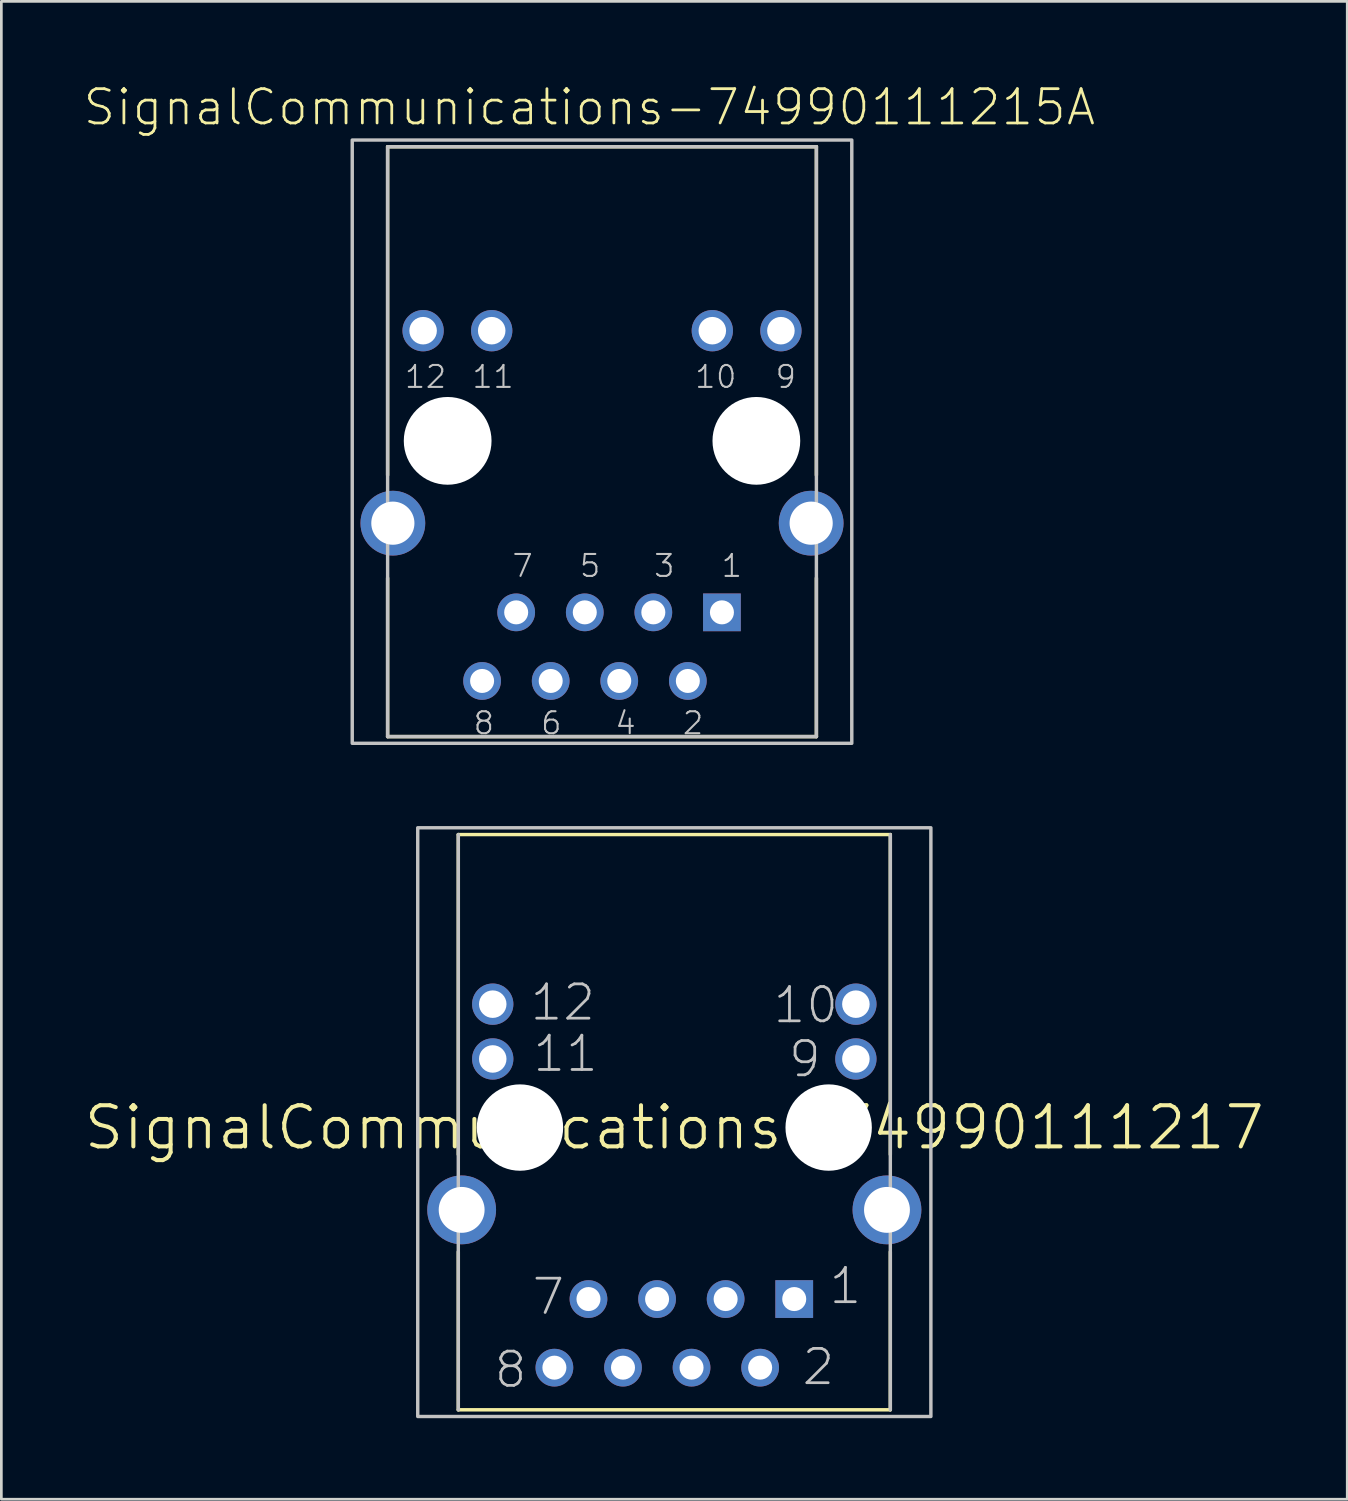
<source format=kicad_pcb>
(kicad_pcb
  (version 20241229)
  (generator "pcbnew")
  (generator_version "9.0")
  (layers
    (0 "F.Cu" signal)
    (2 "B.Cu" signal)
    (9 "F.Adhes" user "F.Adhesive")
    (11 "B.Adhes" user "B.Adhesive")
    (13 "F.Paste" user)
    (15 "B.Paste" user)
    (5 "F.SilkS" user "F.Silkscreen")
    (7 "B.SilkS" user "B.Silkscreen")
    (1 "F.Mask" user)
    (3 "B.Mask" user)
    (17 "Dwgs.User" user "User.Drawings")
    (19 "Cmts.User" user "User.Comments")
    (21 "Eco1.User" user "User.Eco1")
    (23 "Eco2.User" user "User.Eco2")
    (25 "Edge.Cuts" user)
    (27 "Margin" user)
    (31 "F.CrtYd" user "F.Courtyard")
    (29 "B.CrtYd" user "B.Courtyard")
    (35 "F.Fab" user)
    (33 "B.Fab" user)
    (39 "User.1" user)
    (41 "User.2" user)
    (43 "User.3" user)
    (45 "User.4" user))
  (footprint "SignalCommunications-74990111217"
    (layer "F.Cu")
    (at 21.917 38.699)
    (property "Reference" "SignalCommunications-74990111217" (at 0 0 0) (layer "F.SilkS") (effects (font (size 1.524 1.524) (thickness 0.15))))
    (attr exclude_from_pos_files exclude_from_bom)
    (fp_line (start -7.998 -10.848) (end 7.998 -10.848) (stroke (width 0.127) (type solid)) (layer "F.SilkS"))
    (fp_line (start -7.998 0.998) (end -7.998 -10.848) (stroke (width 0.127) (type solid)) (layer "F.SilkS"))
    (fp_line (start -7.998 4.6) (end -7.998 10.45) (stroke (width 0.127) (type solid)) (layer "F.SilkS"))
    (fp_line (start 7.998 0.998) (end 7.998 -10.848) (stroke (width 0.127) (type solid)) (layer "F.SilkS"))
    (fp_line (start 7.998 4.6) (end 7.998 10.45) (stroke (width 0.127) (type solid)) (layer "F.SilkS"))
    (fp_line (start 7.998 10.45) (end -7.998 10.45) (stroke (width 0.127) (type solid)) (layer "F.SilkS"))
    (fp_line (start -7.998 10.45) (end -7.998 -10.848) (stroke (width 0.127) (type solid)) (layer "Dwgs.User"))
    (fp_line (start 7.998 -10.848) (end 7.998 10.45) (stroke (width 0.127) (type solid)) (layer "Dwgs.User"))
    (fp_poly (pts (xy -9.5 -11.1) (xy 9.5 -11.1) (xy 9.5 10.698) (xy -9.5 10.698) (xy -9.5 -11.1)) (stroke (width 0.127) (type solid)) (fill no) (layer "Dwgs.User"))
    (fp_text user "12" (at -4.128 -4.633 0) (layer "Dwgs.User") (effects (font (size 1.27 1.27) (thickness 0.102))))
    (fp_text user "8" (at -6.063 8.964 0) (layer "Dwgs.User") (effects (font (size 1.27 1.27) (thickness 0.102))))
    (fp_text user "11" (at -4.028 -2.733 0) (layer "Dwgs.User") (effects (font (size 1.27 1.27) (thickness 0.102))))
    (fp_text user "7" (at -4.663 6.264 0) (layer "Dwgs.User") (effects (font (size 1.27 1.27) (thickness 0.102))))
    (fp_text user "10" (at 4.869 -4.534 0) (layer "Dwgs.User") (effects (font (size 1.27 1.27) (thickness 0.102))))
    (fp_text user "9" (at 4.834 -2.535 0) (layer "Dwgs.User") (effects (font (size 1.27 1.27) (thickness 0.102))))
    (fp_text user "1" (at 6.335 5.865 0) (layer "Dwgs.User") (effects (font (size 1.27 1.27) (thickness 0.102))))
    (fp_text user "2" (at 5.334 8.865 0) (layer "Dwgs.User") (effects (font (size 1.27 1.27) (thickness 0.102))))
    (pad "" np_thru_hole circle (at -5.715 0) (size 3.198 3.198) (drill 3.198) (layers "*.Cu" "*.Mask"))
    (pad "" np_thru_hole circle (at 5.715 0) (size 3.198 3.198) (drill 3.198) (layers "*.Cu" "*.Mask"))
    (pad "1" thru_hole rect (at 4.44 6.35) (size 1.397 1.397) (drill 0.889) (layers "*.Cu" "*.Paste" "*.Mask"))
    (pad "2" thru_hole circle (at 3.178 8.89) (size 1.397 1.397) (drill 0.889) (layers "*.Cu" "*.Paste" "*.Mask"))
    (pad "3" thru_hole circle (at 1.9 6.35) (size 1.397 1.397) (drill 0.889) (layers "*.Cu" "*.Paste" "*.Mask"))
    (pad "4" thru_hole circle (at 0.638 8.89) (size 1.397 1.397) (drill 0.889) (layers "*.Cu" "*.Paste" "*.Mask"))
    (pad "5" thru_hole circle (at -0.638 6.35) (size 1.397 1.397) (drill 0.889) (layers "*.Cu" "*.Paste" "*.Mask"))
    (pad "6" thru_hole circle (at -1.9 8.89) (size 1.397 1.397) (drill 0.889) (layers "*.Cu" "*.Paste" "*.Mask"))
    (pad "7" thru_hole circle (at -3.178 6.35) (size 1.397 1.397) (drill 0.889) (layers "*.Cu" "*.Paste" "*.Mask"))
    (pad "8" thru_hole circle (at -4.44 8.89) (size 1.397 1.397) (drill 0.889) (layers "*.Cu" "*.Paste" "*.Mask"))
    (pad "9" thru_hole circle (at 6.723 -2.54) (size 1.529 1.529) (drill 1.019) (layers "*.Cu" "*.Paste" "*.Mask"))
    (pad "10" thru_hole circle (at 6.723 -4.569) (size 1.529 1.529) (drill 1.019) (layers "*.Cu" "*.Paste" "*.Mask"))
    (pad "11" thru_hole circle (at -6.723 -2.54) (size 1.529 1.529) (drill 1.019) (layers "*.Cu" "*.Paste" "*.Mask"))
    (pad "12" thru_hole circle (at -6.723 -4.569) (size 1.529 1.529) (drill 1.019) (layers "*.Cu" "*.Paste" "*.Mask"))
    (pad "Z1" thru_hole circle (at -7.874 3.048) (size 2.548 2.548) (drill 1.699) (layers "*.Cu" "*.Paste" "*.Mask"))
    (pad "Z2" thru_hole circle (at 7.874 3.048) (size 2.548 2.548) (drill 1.699) (layers "*.Cu" "*.Paste" "*.Mask")))
  (footprint "SignalCommunications-74990111215A"
    (layer "F.Cu")
    (at 19.24 13.273)
    (property "Reference" "SignalCommunications-74990111215A" (at -0.467 -12.352 0) (layer "F.SilkS") (effects (font (size 1.27 1.27) (thickness 0.102))))
    (attr exclude_from_pos_files exclude_from_bom)
    (fp_line (start -7.938 -10.889) (end 7.938 -10.889) (stroke (width 0.127) (type solid)) (layer "F.SilkS"))
    (fp_line (start -7.938 1.27) (end -7.938 -10.889) (stroke (width 0.127) (type solid)) (layer "F.SilkS"))
    (fp_line (start -7.938 5.08) (end -7.938 10.95) (stroke (width 0.127) (type solid)) (layer "F.SilkS"))
    (fp_line (start -7.938 10.95) (end 7.938 10.95) (stroke (width 0.127) (type solid)) (layer "F.SilkS"))
    (fp_line (start 7.938 1.27) (end 7.938 -10.889) (stroke (width 0.127) (type solid)) (layer "F.SilkS"))
    (fp_line (start 7.938 5.08) (end 7.938 10.95) (stroke (width 0.127) (type solid)) (layer "F.SilkS"))
    (fp_line (start -7.938 -10.889) (end 7.938 -10.889) (stroke (width 0.127) (type solid)) (layer "Dwgs.User"))
    (fp_line (start -7.938 10.95) (end -7.938 -10.889) (stroke (width 0.127) (type solid)) (layer "Dwgs.User"))
    (fp_line (start 7.938 -10.889) (end 7.938 10.95) (stroke (width 0.127) (type solid)) (layer "Dwgs.User"))
    (fp_line (start 7.938 10.95) (end -7.938 10.95) (stroke (width 0.127) (type solid)) (layer "Dwgs.User"))
    (fp_poly (pts (xy -9.248 -11.138) (xy 9.248 -11.138) (xy 9.248 11.199) (xy -9.248 11.199) (xy -9.248 -11.138)) (stroke (width 0.127) (type solid)) (fill no) (layer "Dwgs.User"))
    (fp_text user "11" (at -4.036 -2.37 180) (layer "Dwgs.User") (effects (font (size 0.813 0.813) (thickness 0.076))))
    (fp_text user "12" (at -6.535 -2.37 180) (layer "Dwgs.User") (effects (font (size 0.813 0.813) (thickness 0.076))))
    (fp_text user "2" (at 3.371 10.452 180) (layer "Dwgs.User") (effects (font (size 0.813 0.813) (thickness 0.076))))
    (fp_text user "3" (at 2.306 4.628 180) (layer "Dwgs.User") (effects (font (size 0.813 0.813) (thickness 0.076))))
    (fp_text user "4" (at 0.871 10.452 180) (layer "Dwgs.User") (effects (font (size 0.813 0.813) (thickness 0.076))))
    (fp_text user "8" (at -4.376 10.452 180) (layer "Dwgs.User") (effects (font (size 0.813 0.813) (thickness 0.076))))
    (fp_text user "1" (at 4.806 4.628 180) (layer "Dwgs.User") (effects (font (size 0.813 0.813) (thickness 0.076))))
    (fp_text user "6" (at -1.877 10.452 180) (layer "Dwgs.User") (effects (font (size 0.813 0.813) (thickness 0.076))))
    (fp_text user "10" (at 4.211 -2.37 180) (layer "Dwgs.User") (effects (font (size 0.813 0.813) (thickness 0.076))))
    (fp_text user "7" (at -2.941 4.628 180) (layer "Dwgs.User") (effects (font (size 0.813 0.813) (thickness 0.076))))
    (fp_text user "5" (at -0.442 4.628 180) (layer "Dwgs.User") (effects (font (size 0.813 0.813) (thickness 0.076))))
    (fp_text user "9" (at 6.805 -2.37 180) (layer "Dwgs.User") (effects (font (size 0.813 0.813) (thickness 0.076))))
    (pad "" np_thru_hole circle (at -5.715 0) (size 3.249 3.249) (drill 3.249) (layers "*.Cu" "*.Mask"))
    (pad "" np_thru_hole circle (at 5.715 0) (size 3.249 3.249) (drill 3.249) (layers "*.Cu" "*.Mask"))
    (pad "1" thru_hole rect (at 4.44 6.35) (size 1.397 1.397) (drill 0.889) (layers "*.Cu" "*.Paste" "*.Mask"))
    (pad "2" thru_hole circle (at 3.178 8.89) (size 1.397 1.397) (drill 0.889) (layers "*.Cu" "*.Paste" "*.Mask"))
    (pad "3" thru_hole circle (at 1.9 6.35) (size 1.397 1.397) (drill 0.889) (layers "*.Cu" "*.Paste" "*.Mask"))
    (pad "4" thru_hole circle (at 0.638 8.89) (size 1.397 1.397) (drill 0.889) (layers "*.Cu" "*.Paste" "*.Mask"))
    (pad "5" thru_hole circle (at -0.638 6.35) (size 1.397 1.397) (drill 0.889) (layers "*.Cu" "*.Paste" "*.Mask"))
    (pad "6" thru_hole circle (at -1.9 8.89) (size 1.397 1.397) (drill 0.889) (layers "*.Cu" "*.Paste" "*.Mask"))
    (pad "7" thru_hole circle (at -3.178 6.35) (size 1.397 1.397) (drill 0.889) (layers "*.Cu" "*.Paste" "*.Mask"))
    (pad "8" thru_hole circle (at -4.44 8.89) (size 1.397 1.397) (drill 0.889) (layers "*.Cu" "*.Paste" "*.Mask"))
    (pad "9" thru_hole circle (at 6.624 -4.079) (size 1.529 1.529) (drill 1.019) (layers "*.Cu" "*.Paste" "*.Mask"))
    (pad "10" thru_hole circle (at 4.084 -4.079) (size 1.529 1.529) (drill 1.019) (layers "*.Cu" "*.Paste" "*.Mask"))
    (pad "11" thru_hole circle (at -4.084 -4.079) (size 1.529 1.529) (drill 1.019) (layers "*.Cu" "*.Paste" "*.Mask"))
    (pad "12" thru_hole circle (at -6.624 -4.079) (size 1.529 1.529) (drill 1.019) (layers "*.Cu" "*.Paste" "*.Mask"))
    (pad "Z1" thru_hole circle (at -7.744 3.048) (size 2.398 2.398) (drill 1.598) (layers "*.Cu" "*.Paste" "*.Mask"))
    (pad "Z2" thru_hole circle (at 7.744 3.048) (size 2.398 2.398) (drill 1.598) (layers "*.Cu" "*.Paste" "*.Mask")))
  (gr_rect
    (start -3 -3)
    (end 46.833 52.461)
    (stroke (width 0.1) (type default))
    (fill no)
    (layer "Edge.Cuts")))
</source>
